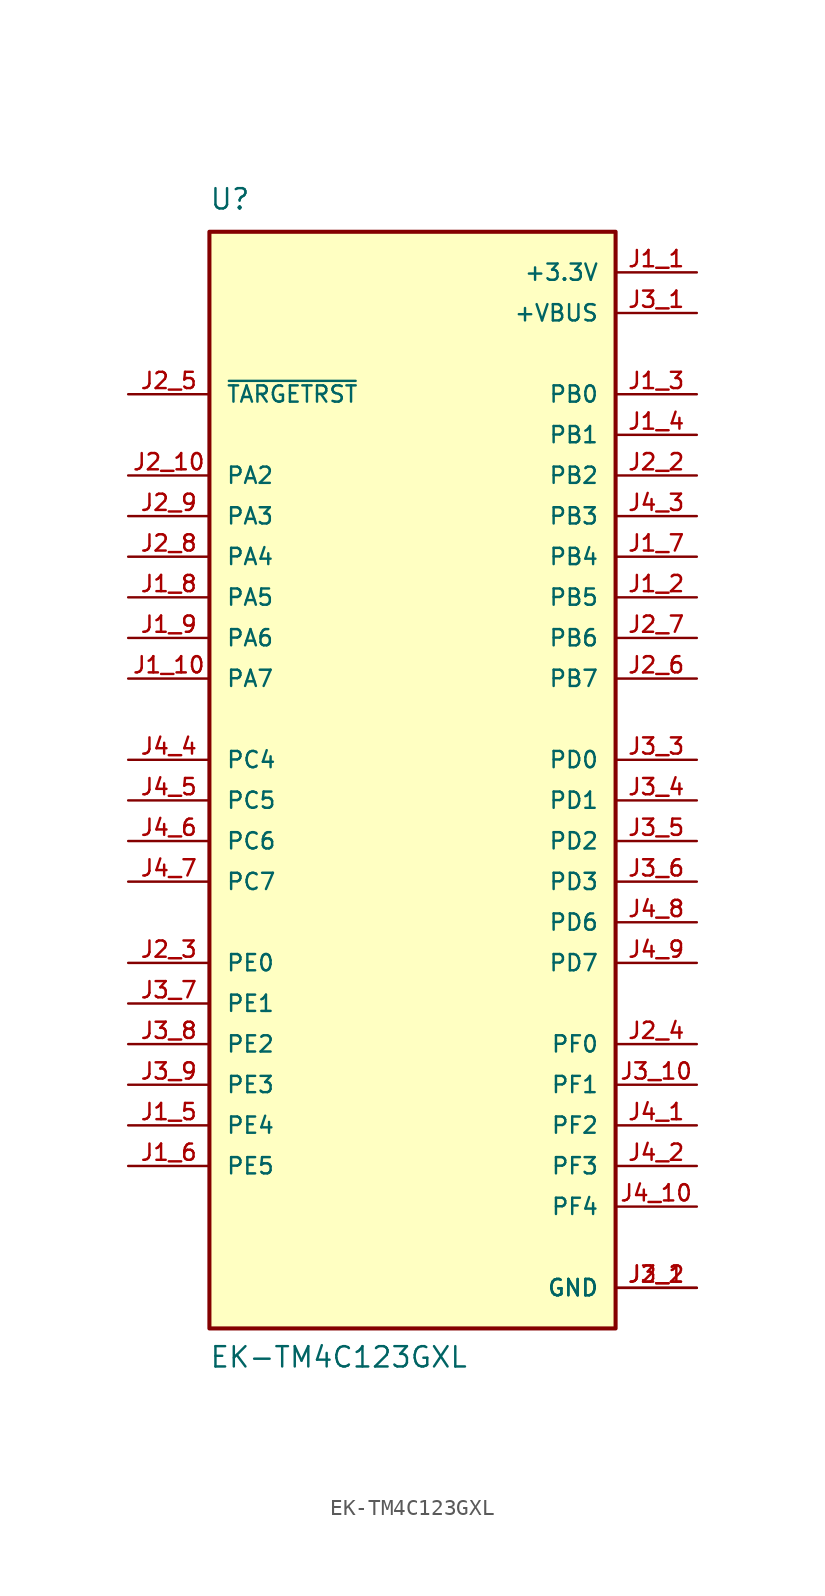
<source format=kicad_sym>
(kicad_symbol_lib
  (version 20211014)
  (generator kicad_symbol_editor)
  (symbol "EK-TM4C123GXL"
    (pin_names
      (offset 1.016))
    (property "Reference" "U"
      (at -12.725 34.315 0)
      (effects (font (size 1.27 1.27)) (justify left bottom)))
    (property "Value" "EK-TM4C123GXL"
      (at -12.725 -38.1 0)
      (effects (font (size 1.27 1.27)) (justify left bottom)))
    (property "ki_locked" ""
      (at 0 0 0)
      (effects (font (size 1.27 1.27))))
    (symbol "EK-TM4C123GXL_0_0"
      (rectangle (start -12.7 -35.56) (end 12.7 33.02) (stroke (width 0.254) (type default) (color 0 0 0 0)) (fill (type background)))
      (pin power_in line (at 17.78 30.48 180) (length 5.08) (name "+3.3V" (effects (font (size 1.016 1.016)))) (number "J1_1" (effects (font (size 1.016 1.016)))))
      (pin bidirectional line (at -17.78 5.08 0) (length 5.08) (name "PA7" (effects (font (size 1.016 1.016)))) (number "J1_10" (effects (font (size 1.016 1.016)))))
      (pin bidirectional line (at 17.78 10.16 180) (length 5.08) (name "PB5" (effects (font (size 1.016 1.016)))) (number "J1_2" (effects (font (size 1.016 1.016)))))
      (pin bidirectional line (at 17.78 22.86 180) (length 5.08) (name "PB0" (effects (font (size 1.016 1.016)))) (number "J1_3" (effects (font (size 1.016 1.016)))))
      (pin bidirectional line (at 17.78 20.32 180) (length 5.08) (name "PB1" (effects (font (size 1.016 1.016)))) (number "J1_4" (effects (font (size 1.016 1.016)))))
      (pin bidirectional line (at -17.78 -22.86 0) (length 5.08) (name "PE4" (effects (font (size 1.016 1.016)))) (number "J1_5" (effects (font (size 1.016 1.016)))))
      (pin bidirectional line (at -17.78 -25.4 0) (length 5.08) (name "PE5" (effects (font (size 1.016 1.016)))) (number "J1_6" (effects (font (size 1.016 1.016)))))
      (pin bidirectional line (at 17.78 12.7 180) (length 5.08) (name "PB4" (effects (font (size 1.016 1.016)))) (number "J1_7" (effects (font (size 1.016 1.016)))))
      (pin bidirectional line (at -17.78 10.16 0) (length 5.08) (name "PA5" (effects (font (size 1.016 1.016)))) (number "J1_8" (effects (font (size 1.016 1.016)))))
      (pin bidirectional line (at -17.78 7.62 0) (length 5.08) (name "PA6" (effects (font (size 1.016 1.016)))) (number "J1_9" (effects (font (size 1.016 1.016)))))
      (pin power_in line (at 17.78 -33.02 180) (length 5.08) (name "GND" (effects (font (size 1.016 1.016)))) (number "J2_1" (effects (font (size 1.016 1.016)))))
      (pin bidirectional line (at -17.78 17.78 0) (length 5.08) (name "PA2" (effects (font (size 1.016 1.016)))) (number "J2_10" (effects (font (size 1.016 1.016)))))
      (pin bidirectional line (at 17.78 17.78 180) (length 5.08) (name "PB2" (effects (font (size 1.016 1.016)))) (number "J2_2" (effects (font (size 1.016 1.016)))))
      (pin bidirectional line (at -17.78 -12.7 0) (length 5.08) (name "PE0" (effects (font (size 1.016 1.016)))) (number "J2_3" (effects (font (size 1.016 1.016)))))
      (pin bidirectional line (at 17.78 -17.78 180) (length 5.08) (name "PF0" (effects (font (size 1.016 1.016)))) (number "J2_4" (effects (font (size 1.016 1.016)))))
      (pin input line (at -17.78 22.86 0) (length 5.08) (name "~{TARGETRST}" (effects (font (size 1.016 1.016)))) (number "J2_5" (effects (font (size 1.016 1.016)))))
      (pin bidirectional line (at 17.78 5.08 180) (length 5.08) (name "PB7" (effects (font (size 1.016 1.016)))) (number "J2_6" (effects (font (size 1.016 1.016)))))
      (pin bidirectional line (at 17.78 7.62 180) (length 5.08) (name "PB6" (effects (font (size 1.016 1.016)))) (number "J2_7" (effects (font (size 1.016 1.016)))))
      (pin bidirectional line (at -17.78 12.7 0) (length 5.08) (name "PA4" (effects (font (size 1.016 1.016)))) (number "J2_8" (effects (font (size 1.016 1.016)))))
      (pin bidirectional line (at -17.78 15.24 0) (length 5.08) (name "PA3" (effects (font (size 1.016 1.016)))) (number "J2_9" (effects (font (size 1.016 1.016)))))
      (pin power_in line (at 17.78 27.94 180) (length 5.08) (name "+VBUS" (effects (font (size 1.016 1.016)))) (number "J3_1" (effects (font (size 1.016 1.016)))))
      (pin bidirectional line (at 17.78 -20.32 180) (length 5.08) (name "PF1" (effects (font (size 1.016 1.016)))) (number "J3_10" (effects (font (size 1.016 1.016)))))
      (pin power_in line (at 17.78 -33.02 180) (length 5.08) (name "GND" (effects (font (size 1.016 1.016)))) (number "J3_2" (effects (font (size 1.016 1.016)))))
      (pin bidirectional line (at 17.78 0 180) (length 5.08) (name "PD0" (effects (font (size 1.016 1.016)))) (number "J3_3" (effects (font (size 1.016 1.016)))))
      (pin bidirectional line (at 17.78 -2.54 180) (length 5.08) (name "PD1" (effects (font (size 1.016 1.016)))) (number "J3_4" (effects (font (size 1.016 1.016)))))
      (pin bidirectional line (at 17.78 -5.08 180) (length 5.08) (name "PD2" (effects (font (size 1.016 1.016)))) (number "J3_5" (effects (font (size 1.016 1.016)))))
      (pin bidirectional line (at 17.78 -7.62 180) (length 5.08) (name "PD3" (effects (font (size 1.016 1.016)))) (number "J3_6" (effects (font (size 1.016 1.016)))))
      (pin bidirectional line (at -17.78 -15.24 0) (length 5.08) (name "PE1" (effects (font (size 1.016 1.016)))) (number "J3_7" (effects (font (size 1.016 1.016)))))
      (pin bidirectional line (at -17.78 -17.78 0) (length 5.08) (name "PE2" (effects (font (size 1.016 1.016)))) (number "J3_8" (effects (font (size 1.016 1.016)))))
      (pin bidirectional line (at -17.78 -20.32 0) (length 5.08) (name "PE3" (effects (font (size 1.016 1.016)))) (number "J3_9" (effects (font (size 1.016 1.016)))))
      (pin bidirectional line (at 17.78 -22.86 180) (length 5.08) (name "PF2" (effects (font (size 1.016 1.016)))) (number "J4_1" (effects (font (size 1.016 1.016)))))
      (pin bidirectional line (at 17.78 -27.94 180) (length 5.08) (name "PF4" (effects (font (size 1.016 1.016)))) (number "J4_10" (effects (font (size 1.016 1.016)))))
      (pin bidirectional line (at 17.78 -25.4 180) (length 5.08) (name "PF3" (effects (font (size 1.016 1.016)))) (number "J4_2" (effects (font (size 1.016 1.016)))))
      (pin bidirectional line (at 17.78 15.24 180) (length 5.08) (name "PB3" (effects (font (size 1.016 1.016)))) (number "J4_3" (effects (font (size 1.016 1.016)))))
      (pin bidirectional line (at -17.78 0 0) (length 5.08) (name "PC4" (effects (font (size 1.016 1.016)))) (number "J4_4" (effects (font (size 1.016 1.016)))))
      (pin bidirectional line (at -17.78 -2.54 0) (length 5.08) (name "PC5" (effects (font (size 1.016 1.016)))) (number "J4_5" (effects (font (size 1.016 1.016)))))
      (pin bidirectional line (at -17.78 -5.08 0) (length 5.08) (name "PC6" (effects (font (size 1.016 1.016)))) (number "J4_6" (effects (font (size 1.016 1.016)))))
      (pin bidirectional line (at -17.78 -7.62 0) (length 5.08) (name "PC7" (effects (font (size 1.016 1.016)))) (number "J4_7" (effects (font (size 1.016 1.016)))))
      (pin bidirectional line (at 17.78 -10.16 180) (length 5.08) (name "PD6" (effects (font (size 1.016 1.016)))) (number "J4_8" (effects (font (size 1.016 1.016)))))
      (pin bidirectional line (at 17.78 -12.7 180) (length 5.08) (name "PD7" (effects (font (size 1.016 1.016)))) (number "J4_9" (effects (font (size 1.016 1.016))))))))
</source>
